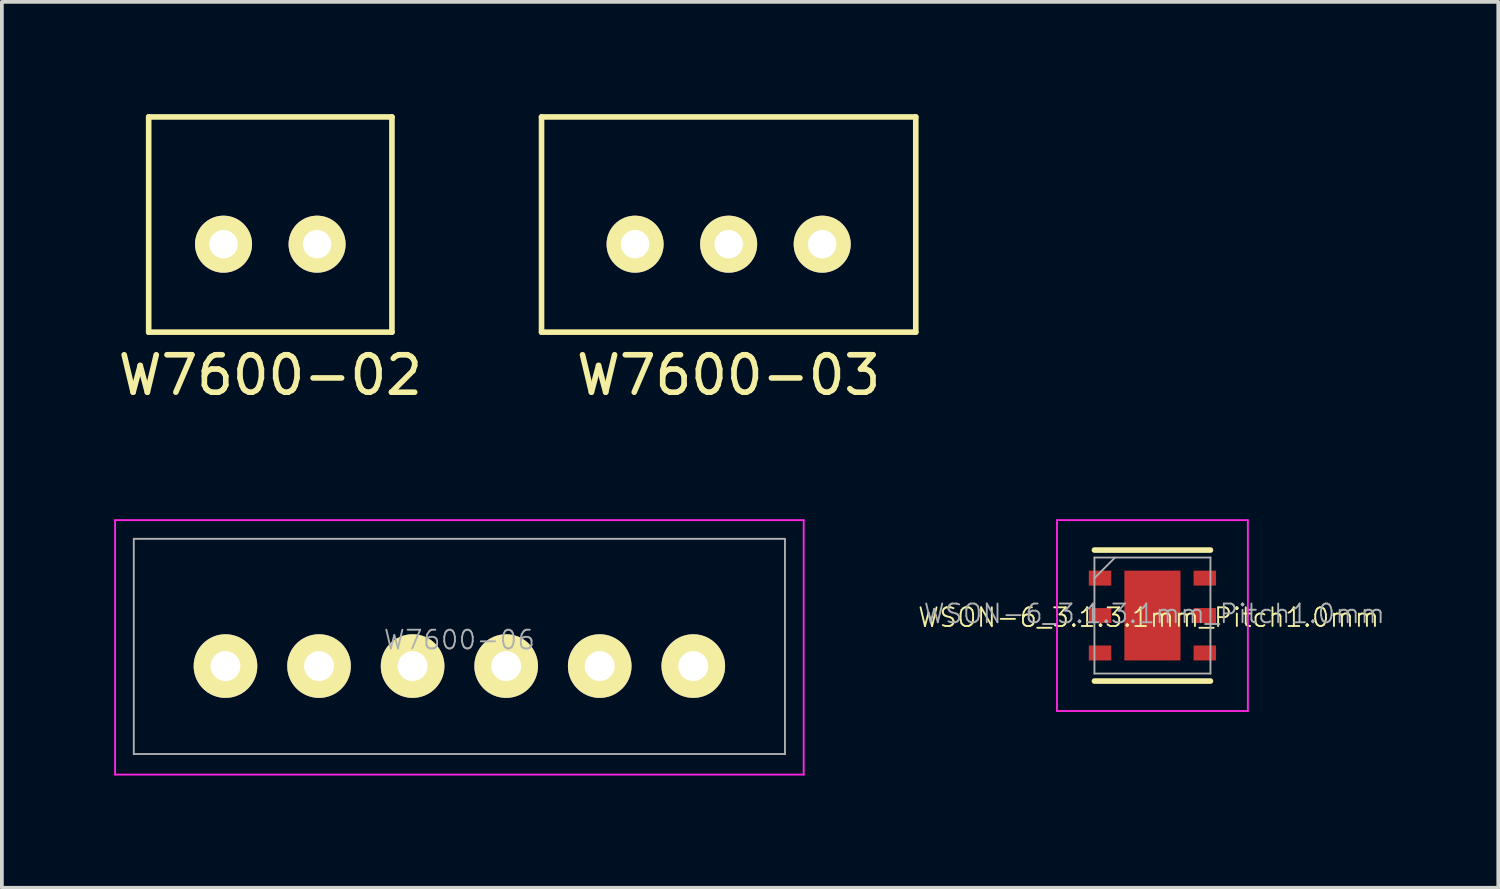
<source format=kicad_pcb>
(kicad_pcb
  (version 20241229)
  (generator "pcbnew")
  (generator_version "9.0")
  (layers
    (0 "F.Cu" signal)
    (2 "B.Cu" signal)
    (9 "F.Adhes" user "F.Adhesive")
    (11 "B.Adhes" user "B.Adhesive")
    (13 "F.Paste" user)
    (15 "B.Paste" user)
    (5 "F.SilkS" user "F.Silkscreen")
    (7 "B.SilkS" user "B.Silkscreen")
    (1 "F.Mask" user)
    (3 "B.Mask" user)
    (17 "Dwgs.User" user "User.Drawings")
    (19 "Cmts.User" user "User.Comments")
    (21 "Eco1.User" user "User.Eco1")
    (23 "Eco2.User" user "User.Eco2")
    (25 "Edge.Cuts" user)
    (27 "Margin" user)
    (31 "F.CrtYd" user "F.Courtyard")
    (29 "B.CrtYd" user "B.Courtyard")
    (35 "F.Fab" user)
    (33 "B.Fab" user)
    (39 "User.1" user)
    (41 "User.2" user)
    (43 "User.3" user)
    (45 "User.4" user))
  (footprint "W7600-03"
    (layer "F.Cu")
    (at 16.42 3.475)
    (property "Reference" "W7600-03" (at 0 3.5 0) (layer "F.SilkS") (effects (font (size 1 1) (thickness 0.15))))
    (attr through_hole)
    (fp_line (start -5 -3.4) (end 5 -3.4) (stroke (width 0.15) (type solid)) (layer "F.SilkS"))
    (fp_line (start -5 2.35) (end -5 -3.4) (stroke (width 0.15) (type solid)) (layer "F.SilkS"))
    (fp_line (start 5 2.35) (end -5 2.35) (stroke (width 0.15) (type solid)) (layer "F.SilkS"))
    (fp_line (start 5 2.35) (end 5 -3.4) (stroke (width 0.15) (type solid)) (layer "F.SilkS"))
    (pad "1" thru_hole circle (at 2.5 0) (size 1.524 1.524) (drill 0.762) (layers "*.Cu" "*.Mask" "F.SilkS"))
    (pad "2" thru_hole circle (at 0 0) (size 1.524 1.524) (drill 0.762) (layers "*.Cu" "*.Mask" "F.SilkS"))
    (pad "3" thru_hole circle (at -2.5 0) (size 1.524 1.524) (drill 0.762) (layers "*.Cu" "*.Mask" "F.SilkS")))
  (footprint "WSON-6_3.1.3.1mm_Pitch1.0mm"
    (layer "F.Cu")
    (at 27.744 13.398)
    (property "Reference" "WSON-6_3.1.3.1mm_Pitch1.0mm" (at -0.102 0.051 0) (layer "F.SilkS") (effects (font (size 0.5 0.5) (thickness 0.05))))
    (attr smd)
    (fp_line (start -1.55 -1.75) (end 1.55 -1.75) (stroke (width 0.15) (type solid)) (layer "F.SilkS"))
    (fp_line (start -1.55 1.75) (end 1.55 1.75) (stroke (width 0.15) (type solid)) (layer "F.SilkS"))
    (fp_line (start -2.55 -2.55) (end -2.55 2.55) (stroke (width 0.05) (type solid)) (layer "F.CrtYd"))
    (fp_line (start -2.55 -2.55) (end 2.55 -2.55) (stroke (width 0.05) (type solid)) (layer "F.CrtYd"))
    (fp_line (start -2.55 2.55) (end 2.55 2.55) (stroke (width 0.05) (type solid)) (layer "F.CrtYd"))
    (fp_line (start 2.55 -2.55) (end 2.55 2.55) (stroke (width 0.05) (type solid)) (layer "F.CrtYd"))
    (fp_line (start -1.55 -1.55) (end 1.55 -1.55) (stroke (width 0.05) (type solid)) (layer "F.Fab"))
    (fp_line (start -1.55 -1) (end -1 -1.55) (stroke (width 0.05) (type solid)) (layer "F.Fab"))
    (fp_line (start -1.55 1.55) (end -1.55 -1.55) (stroke (width 0.05) (type solid)) (layer "F.Fab"))
    (fp_line (start 1.55 -1.55) (end 1.55 1.55) (stroke (width 0.05) (type solid)) (layer "F.Fab"))
    (fp_line (start 1.55 1.55) (end -1.55 1.55) (stroke (width 0.05) (type solid)) (layer "F.Fab"))
    (fp_text user "${REFERENCE}" (at 0.05 -0.05 0) (layer "F.Fab") (effects (font (size 0.5 0.5) (thickness 0.05))))
    (pad "1" smd rect (at -1.4 -1) (size 0.6 0.4) (layers "F.Cu" "F.Mask" "F.Paste"))
    (pad "2" smd rect (at -1.4 0) (size 0.6 0.4) (layers "F.Cu" "F.Mask" "F.Paste"))
    (pad "3" smd rect (at -1.4 1) (size 0.6 0.4) (layers "F.Cu" "F.Mask" "F.Paste"))
    (pad "4" smd rect (at 1.4 1) (size 0.6 0.4) (layers "F.Cu" "F.Mask" "F.Paste"))
    (pad "5" smd rect (at 1.4 0) (size 0.6 0.4) (layers "F.Cu" "F.Mask" "F.Paste"))
    (pad "6" smd rect (at 1.4 -1) (size 0.6 0.4) (layers "F.Cu" "F.Mask" "F.Paste"))
    (pad "7" smd rect (at 0 -0.65) (size 1.2 0.8) (layers "F.Cu" "F.Paste"))
    (pad "7" smd rect (at 0 0) (size 1.5 2.4) (layers "F.Cu" "F.Mask"))
    (pad "7" smd rect (at 0 0.65) (size 1.2 0.8) (layers "F.Cu" "F.Paste")))
  (footprint "W7600-02"
    (layer "F.Cu")
    (at 4.173 3.475)
    (property "Reference" "W7600-02" (at 0 3.5 0) (layer "F.SilkS") (effects (font (size 1 1) (thickness 0.15))))
    (attr through_hole)
    (fp_line (start -3.25 -3.4) (end 3.25 -3.4) (stroke (width 0.15) (type solid)) (layer "F.SilkS"))
    (fp_line (start -3.25 2.35) (end -3.25 -3.4) (stroke (width 0.15) (type solid)) (layer "F.SilkS"))
    (fp_line (start 3.25 2.35) (end -3.25 2.35) (stroke (width 0.15) (type solid)) (layer "F.SilkS"))
    (fp_line (start 3.25 2.35) (end 3.25 -3.4) (stroke (width 0.15) (type solid)) (layer "F.SilkS"))
    (pad "1" thru_hole circle (at -1.25 0) (size 1.524 1.524) (drill 0.762) (layers "*.Cu" "*.Mask" "F.SilkS"))
    (pad "2" thru_hole circle (at 1.25 0) (size 1.524 1.524) (drill 0.762) (layers "*.Cu" "*.Mask" "F.SilkS")))
  (footprint "W7600-06"
    (layer "F.Cu")
    (at 9.225 14.748)
    (property "Reference" "W7600-06" (at 0 -0.7 0) (layer "F.Fab") (effects (font (size 0.5 0.5) (thickness 0.05))))
    (attr through_hole)
    (fp_line (start -9.2 -3.9) (end 9.2 -3.9) (stroke (width 0.05) (type solid)) (layer "F.CrtYd"))
    (fp_line (start -9.2 2.9) (end -9.2 -3.9) (stroke (width 0.05) (type solid)) (layer "F.CrtYd"))
    (fp_line (start 9.2 -3.9) (end 9.2 2.9) (stroke (width 0.05) (type solid)) (layer "F.CrtYd"))
    (fp_line (start 9.2 2.9) (end -9.2 2.9) (stroke (width 0.05) (type solid)) (layer "F.CrtYd"))
    (fp_line (start -8.7 -3.4) (end 8.7 -3.4) (stroke (width 0.05) (type solid)) (layer "F.Fab"))
    (fp_line (start -8.7 2.35) (end -8.7 -3.4) (stroke (width 0.05) (type solid)) (layer "F.Fab"))
    (fp_line (start 8.7 2.35) (end -8.7 2.35) (stroke (width 0.05) (type solid)) (layer "F.Fab"))
    (fp_line (start 8.7 2.35) (end 8.7 -3.4) (stroke (width 0.05) (type solid)) (layer "F.Fab"))
    (pad "" smd circle (at -6.25 0) (size 0.8 0.8) (layers "F.Mask"))
    (pad "" smd circle (at -3.75 0) (size 0.8 0.8) (layers "F.Mask"))
    (pad "" smd circle (at -1.25 0) (size 0.8 0.8) (layers "F.Mask"))
    (pad "" smd circle (at 1.25 0) (size 0.8 0.8) (layers "F.Mask"))
    (pad "" smd circle (at 3.75 0) (size 0.8 0.8) (layers "F.Mask"))
    (pad "" smd circle (at 6.25 0) (size 0.8 0.8) (layers "F.Mask"))
    (pad "1" thru_hole circle (at 6.25 0) (size 1.7 1.7) (drill 0.8) (layers "*.Cu" "B.Mask" "F.SilkS"))
    (pad "2" thru_hole circle (at 3.75 0) (size 1.7 1.7) (drill 0.8) (layers "*.Cu" "B.Mask" "F.SilkS"))
    (pad "3" thru_hole circle (at 1.25 0) (size 1.7 1.7) (drill 0.8) (layers "*.Cu" "B.Mask" "F.SilkS"))
    (pad "4" thru_hole circle (at -1.25 0) (size 1.7 1.7) (drill 0.8) (layers "*.Cu" "B.Mask" "F.SilkS"))
    (pad "5" thru_hole circle (at -3.75 0) (size 1.7 1.7) (drill 0.8) (layers "*.Cu" "B.Mask" "F.SilkS"))
    (pad "6" thru_hole circle (at -6.25 0) (size 1.7 1.7) (drill 0.8) (layers "*.Cu" "B.Mask" "F.SilkS")))
  (gr_rect
    (start -3 -3)
    (end 36.985 20.673)
    (stroke (width 0.1) (type default))
    (fill no)
    (layer "Edge.Cuts")))
</source>
